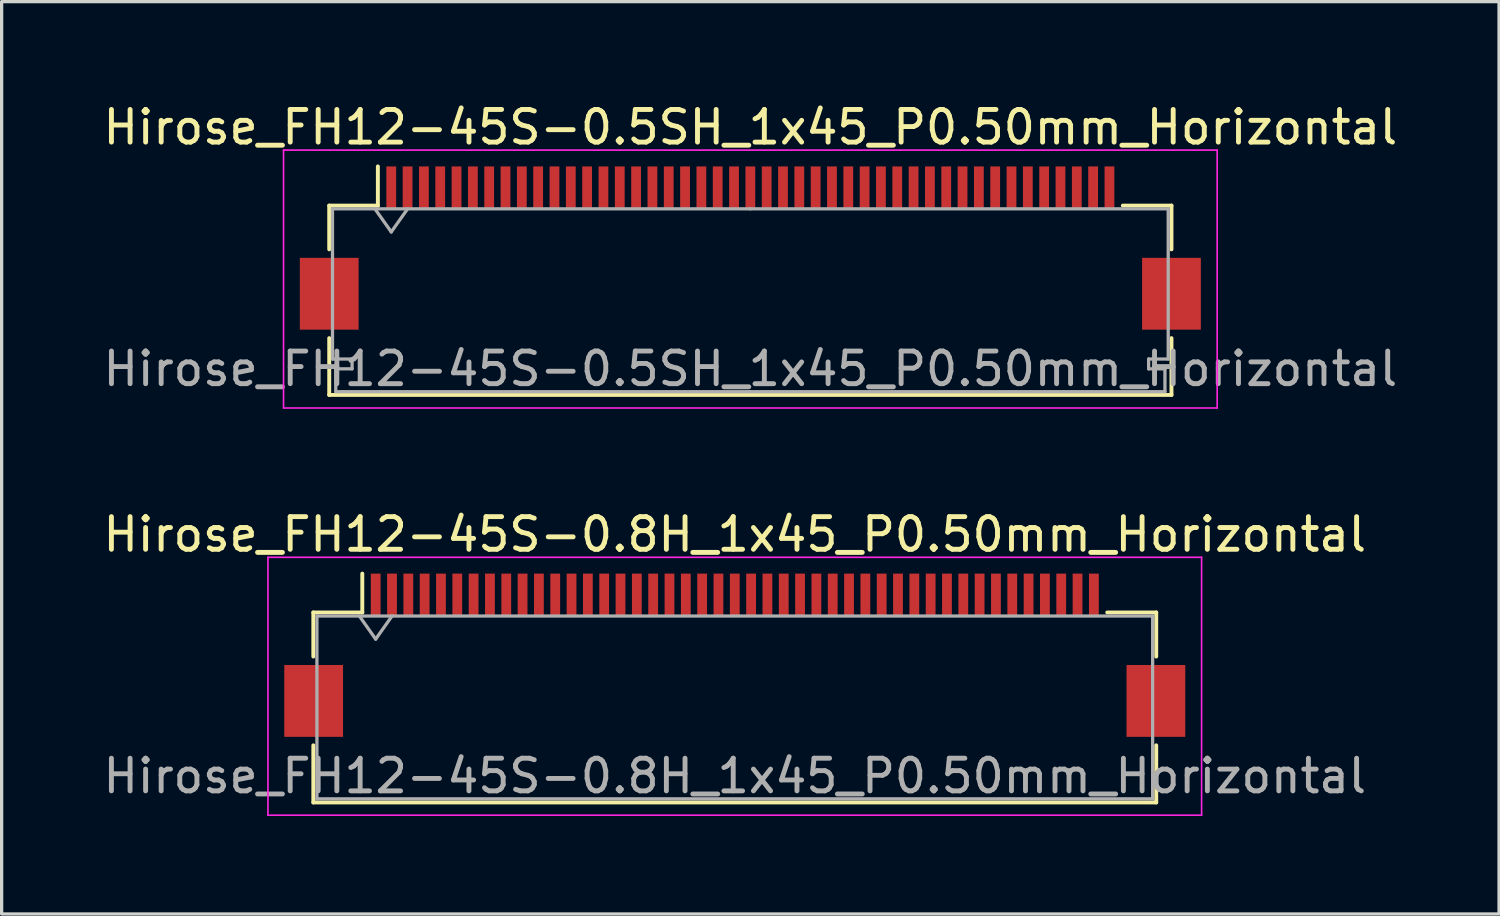
<source format=kicad_pcb>
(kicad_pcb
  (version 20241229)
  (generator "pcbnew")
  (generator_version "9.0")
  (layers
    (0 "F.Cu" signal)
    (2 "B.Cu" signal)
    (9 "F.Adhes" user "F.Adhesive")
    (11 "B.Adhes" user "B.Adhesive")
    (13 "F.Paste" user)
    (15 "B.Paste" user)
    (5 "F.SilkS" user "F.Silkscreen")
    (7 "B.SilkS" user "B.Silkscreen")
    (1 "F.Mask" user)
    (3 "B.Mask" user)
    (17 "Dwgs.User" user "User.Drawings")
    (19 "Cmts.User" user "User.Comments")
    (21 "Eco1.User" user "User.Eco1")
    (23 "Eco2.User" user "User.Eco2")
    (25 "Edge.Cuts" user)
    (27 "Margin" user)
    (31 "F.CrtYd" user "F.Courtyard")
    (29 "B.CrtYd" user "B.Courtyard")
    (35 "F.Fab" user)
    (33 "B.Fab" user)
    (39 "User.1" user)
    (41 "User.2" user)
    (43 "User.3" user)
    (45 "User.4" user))
  (footprint "Hirose_FH12-45S-0.8H_1x45_P0.50mm_Horizontal"
    (layer "F.Cu")
    (at 19.458 17.021)
    (property "Reference" "Hirose_FH12-45S-0.8H_1x45_P0.50mm_Horizontal" (at 0 -3.7 0) (layer "F.SilkS") (effects (font (size 1 1) (thickness 0.15))))
    (attr smd)
    (fp_line (start -12.91 -1.31) (end -11.41 -1.31) (stroke (width 0.12) (type solid)) (layer "F.SilkS"))
    (fp_line (start -12.91 0.04) (end -12.91 -1.31) (stroke (width 0.12) (type solid)) (layer "F.SilkS"))
    (fp_line (start -12.91 2.76) (end -12.91 4.51) (stroke (width 0.12) (type solid)) (layer "F.SilkS"))
    (fp_line (start -12.91 4.51) (end 12.91 4.51) (stroke (width 0.12) (type solid)) (layer "F.SilkS"))
    (fp_line (start -11.41 -1.31) (end -11.41 -2.5) (stroke (width 0.12) (type solid)) (layer "F.SilkS"))
    (fp_line (start 12.91 -1.31) (end 11.41 -1.31) (stroke (width 0.12) (type solid)) (layer "F.SilkS"))
    (fp_line (start 12.91 0.04) (end 12.91 -1.31) (stroke (width 0.12) (type solid)) (layer "F.SilkS"))
    (fp_line (start 12.91 4.51) (end 12.91 2.76) (stroke (width 0.12) (type solid)) (layer "F.SilkS"))
    (fp_line (start -14.3 -3) (end -14.3 4.9) (stroke (width 0.05) (type solid)) (layer "F.CrtYd"))
    (fp_line (start -14.3 4.9) (end 14.3 4.9) (stroke (width 0.05) (type solid)) (layer "F.CrtYd"))
    (fp_line (start 14.3 -3) (end -14.3 -3) (stroke (width 0.05) (type solid)) (layer "F.CrtYd"))
    (fp_line (start 14.3 4.9) (end 14.3 -3) (stroke (width 0.05) (type solid)) (layer "F.CrtYd"))
    (fp_line (start -12.8 -1.2) (end -12.8 4.4) (stroke (width 0.1) (type solid)) (layer "F.Fab"))
    (fp_line (start -12.8 -1.2) (end 12.8 -1.2) (stroke (width 0.1) (type solid)) (layer "F.Fab"))
    (fp_line (start -12.8 4.4) (end 12.8 4.4) (stroke (width 0.1) (type solid)) (layer "F.Fab"))
    (fp_line (start -11.5 -1.2) (end -11 -0.493) (stroke (width 0.1) (type solid)) (layer "F.Fab"))
    (fp_line (start -11 -0.493) (end -10.5 -1.2) (stroke (width 0.1) (type solid)) (layer "F.Fab"))
    (fp_line (start 12.8 -1.2) (end 12.8 4.4) (stroke (width 0.1) (type solid)) (layer "F.Fab"))
    (fp_text user "${REFERENCE}" (at 0 3.7 0) (layer "F.Fab") (effects (font (size 1 1) (thickness 0.15))))
    (pad "" smd rect (at -12.9 1.4) (size 1.8 2.2) (layers "F.Cu" "F.Mask" "F.Paste"))
    (pad "" smd rect (at 12.9 1.4) (size 1.8 2.2) (layers "F.Cu" "F.Mask" "F.Paste"))
    (pad "1" smd rect (at -11 -1.85) (size 0.3 1.3) (layers "F.Cu" "F.Mask" "F.Paste"))
    (pad "2" smd rect (at -10.5 -1.85) (size 0.3 1.3) (layers "F.Cu" "F.Mask" "F.Paste"))
    (pad "3" smd rect (at -10 -1.85) (size 0.3 1.3) (layers "F.Cu" "F.Mask" "F.Paste"))
    (pad "4" smd rect (at -9.5 -1.85) (size 0.3 1.3) (layers "F.Cu" "F.Mask" "F.Paste"))
    (pad "5" smd rect (at -9 -1.85) (size 0.3 1.3) (layers "F.Cu" "F.Mask" "F.Paste"))
    (pad "6" smd rect (at -8.5 -1.85) (size 0.3 1.3) (layers "F.Cu" "F.Mask" "F.Paste"))
    (pad "7" smd rect (at -8 -1.85) (size 0.3 1.3) (layers "F.Cu" "F.Mask" "F.Paste"))
    (pad "8" smd rect (at -7.5 -1.85) (size 0.3 1.3) (layers "F.Cu" "F.Mask" "F.Paste"))
    (pad "9" smd rect (at -7 -1.85) (size 0.3 1.3) (layers "F.Cu" "F.Mask" "F.Paste"))
    (pad "10" smd rect (at -6.5 -1.85) (size 0.3 1.3) (layers "F.Cu" "F.Mask" "F.Paste"))
    (pad "11" smd rect (at -6 -1.85) (size 0.3 1.3) (layers "F.Cu" "F.Mask" "F.Paste"))
    (pad "12" smd rect (at -5.5 -1.85) (size 0.3 1.3) (layers "F.Cu" "F.Mask" "F.Paste"))
    (pad "13" smd rect (at -5 -1.85) (size 0.3 1.3) (layers "F.Cu" "F.Mask" "F.Paste"))
    (pad "14" smd rect (at -4.5 -1.85) (size 0.3 1.3) (layers "F.Cu" "F.Mask" "F.Paste"))
    (pad "15" smd rect (at -4 -1.85) (size 0.3 1.3) (layers "F.Cu" "F.Mask" "F.Paste"))
    (pad "16" smd rect (at -3.5 -1.85) (size 0.3 1.3) (layers "F.Cu" "F.Mask" "F.Paste"))
    (pad "17" smd rect (at -3 -1.85) (size 0.3 1.3) (layers "F.Cu" "F.Mask" "F.Paste"))
    (pad "18" smd rect (at -2.5 -1.85) (size 0.3 1.3) (layers "F.Cu" "F.Mask" "F.Paste"))
    (pad "19" smd rect (at -2 -1.85) (size 0.3 1.3) (layers "F.Cu" "F.Mask" "F.Paste"))
    (pad "20" smd rect (at -1.5 -1.85) (size 0.3 1.3) (layers "F.Cu" "F.Mask" "F.Paste"))
    (pad "21" smd rect (at -1 -1.85) (size 0.3 1.3) (layers "F.Cu" "F.Mask" "F.Paste"))
    (pad "22" smd rect (at -0.5 -1.85) (size 0.3 1.3) (layers "F.Cu" "F.Mask" "F.Paste"))
    (pad "23" smd rect (at 0 -1.85) (size 0.3 1.3) (layers "F.Cu" "F.Mask" "F.Paste"))
    (pad "24" smd rect (at 0.5 -1.85) (size 0.3 1.3) (layers "F.Cu" "F.Mask" "F.Paste"))
    (pad "25" smd rect (at 1 -1.85) (size 0.3 1.3) (layers "F.Cu" "F.Mask" "F.Paste"))
    (pad "26" smd rect (at 1.5 -1.85) (size 0.3 1.3) (layers "F.Cu" "F.Mask" "F.Paste"))
    (pad "27" smd rect (at 2 -1.85) (size 0.3 1.3) (layers "F.Cu" "F.Mask" "F.Paste"))
    (pad "28" smd rect (at 2.5 -1.85) (size 0.3 1.3) (layers "F.Cu" "F.Mask" "F.Paste"))
    (pad "29" smd rect (at 3 -1.85) (size 0.3 1.3) (layers "F.Cu" "F.Mask" "F.Paste"))
    (pad "30" smd rect (at 3.5 -1.85) (size 0.3 1.3) (layers "F.Cu" "F.Mask" "F.Paste"))
    (pad "31" smd rect (at 4 -1.85) (size 0.3 1.3) (layers "F.Cu" "F.Mask" "F.Paste"))
    (pad "32" smd rect (at 4.5 -1.85) (size 0.3 1.3) (layers "F.Cu" "F.Mask" "F.Paste"))
    (pad "33" smd rect (at 5 -1.85) (size 0.3 1.3) (layers "F.Cu" "F.Mask" "F.Paste"))
    (pad "34" smd rect (at 5.5 -1.85) (size 0.3 1.3) (layers "F.Cu" "F.Mask" "F.Paste"))
    (pad "35" smd rect (at 6 -1.85) (size 0.3 1.3) (layers "F.Cu" "F.Mask" "F.Paste"))
    (pad "36" smd rect (at 6.5 -1.85) (size 0.3 1.3) (layers "F.Cu" "F.Mask" "F.Paste"))
    (pad "37" smd rect (at 7 -1.85) (size 0.3 1.3) (layers "F.Cu" "F.Mask" "F.Paste"))
    (pad "38" smd rect (at 7.5 -1.85) (size 0.3 1.3) (layers "F.Cu" "F.Mask" "F.Paste"))
    (pad "39" smd rect (at 8 -1.85) (size 0.3 1.3) (layers "F.Cu" "F.Mask" "F.Paste"))
    (pad "40" smd rect (at 8.5 -1.85) (size 0.3 1.3) (layers "F.Cu" "F.Mask" "F.Paste"))
    (pad "41" smd rect (at 9 -1.85) (size 0.3 1.3) (layers "F.Cu" "F.Mask" "F.Paste"))
    (pad "42" smd rect (at 9.5 -1.85) (size 0.3 1.3) (layers "F.Cu" "F.Mask" "F.Paste"))
    (pad "43" smd rect (at 10 -1.85) (size 0.3 1.3) (layers "F.Cu" "F.Mask" "F.Paste"))
    (pad "44" smd rect (at 10.5 -1.85) (size 0.3 1.3) (layers "F.Cu" "F.Mask" "F.Paste"))
    (pad "45" smd rect (at 11 -1.85) (size 0.3 1.3) (layers "F.Cu" "F.Mask" "F.Paste")))
  (footprint "Hirose_FH12-45S-0.5SH_1x45_P0.50mm_Horizontal"
    (layer "F.Cu")
    (at 19.935 4.548)
    (property "Reference" "Hirose_FH12-45S-0.5SH_1x45_P0.50mm_Horizontal" (at 0 -3.7 0) (layer "F.SilkS") (effects (font (size 1 1) (thickness 0.15))))
    (attr smd)
    (fp_line (start -12.9 -1.3) (end -12.9 0.04) (stroke (width 0.12) (type solid)) (layer "F.SilkS"))
    (fp_line (start -12.9 2.76) (end -12.9 4.5) (stroke (width 0.12) (type solid)) (layer "F.SilkS"))
    (fp_line (start -12.9 4.5) (end 12.9 4.5) (stroke (width 0.12) (type solid)) (layer "F.SilkS"))
    (fp_line (start -11.41 -1.3) (end -12.9 -1.3) (stroke (width 0.12) (type solid)) (layer "F.SilkS"))
    (fp_line (start -11.41 -1.3) (end -11.41 -2.5) (stroke (width 0.12) (type solid)) (layer "F.SilkS"))
    (fp_line (start 11.41 -1.3) (end 12.9 -1.3) (stroke (width 0.12) (type solid)) (layer "F.SilkS"))
    (fp_line (start 12.9 -1.3) (end 12.9 0.04) (stroke (width 0.12) (type solid)) (layer "F.SilkS"))
    (fp_line (start 12.9 4.5) (end 12.9 2.76) (stroke (width 0.12) (type solid)) (layer "F.SilkS"))
    (fp_line (start -14.3 -3) (end -14.3 4.9) (stroke (width 0.05) (type solid)) (layer "F.CrtYd"))
    (fp_line (start -14.3 4.9) (end 14.3 4.9) (stroke (width 0.05) (type solid)) (layer "F.CrtYd"))
    (fp_line (start 14.3 -3) (end -14.3 -3) (stroke (width 0.05) (type solid)) (layer "F.CrtYd"))
    (fp_line (start 14.3 4.9) (end 14.3 -3) (stroke (width 0.05) (type solid)) (layer "F.CrtYd"))
    (fp_line (start -12.8 -1.2) (end -12.8 3.4) (stroke (width 0.1) (type solid)) (layer "F.Fab"))
    (fp_line (start -12.8 3.4) (end -12.2 3.4) (stroke (width 0.1) (type solid)) (layer "F.Fab"))
    (fp_line (start -12.7 3.7) (end -12.7 4.4) (stroke (width 0.1) (type solid)) (layer "F.Fab"))
    (fp_line (start -12.7 4.4) (end 0 4.4) (stroke (width 0.1) (type solid)) (layer "F.Fab"))
    (fp_line (start -12.2 3.4) (end -12.2 3.7) (stroke (width 0.1) (type solid)) (layer "F.Fab"))
    (fp_line (start -12.2 3.7) (end -12.7 3.7) (stroke (width 0.1) (type solid)) (layer "F.Fab"))
    (fp_line (start -11.5 -1.2) (end -11 -0.493) (stroke (width 0.1) (type solid)) (layer "F.Fab"))
    (fp_line (start -11 -0.493) (end -10.5 -1.2) (stroke (width 0.1) (type solid)) (layer "F.Fab"))
    (fp_line (start 0 -1.2) (end -12.8 -1.2) (stroke (width 0.1) (type solid)) (layer "F.Fab"))
    (fp_line (start 0 -1.2) (end 12.8 -1.2) (stroke (width 0.1) (type solid)) (layer "F.Fab"))
    (fp_line (start 12.2 3.4) (end 12.2 3.7) (stroke (width 0.1) (type solid)) (layer "F.Fab"))
    (fp_line (start 12.2 3.7) (end 12.7 3.7) (stroke (width 0.1) (type solid)) (layer "F.Fab"))
    (fp_line (start 12.7 3.7) (end 12.7 4.4) (stroke (width 0.1) (type solid)) (layer "F.Fab"))
    (fp_line (start 12.7 4.4) (end 0 4.4) (stroke (width 0.1) (type solid)) (layer "F.Fab"))
    (fp_line (start 12.8 -1.2) (end 12.8 3.4) (stroke (width 0.1) (type solid)) (layer "F.Fab"))
    (fp_line (start 12.8 3.4) (end 12.2 3.4) (stroke (width 0.1) (type solid)) (layer "F.Fab"))
    (fp_text user "${REFERENCE}" (at 0 3.7 0) (layer "F.Fab") (effects (font (size 1 1) (thickness 0.15))))
    (pad "" smd rect (at -12.9 1.4) (size 1.8 2.2) (layers "F.Cu" "F.Mask" "F.Paste"))
    (pad "" smd rect (at 12.9 1.4) (size 1.8 2.2) (layers "F.Cu" "F.Mask" "F.Paste"))
    (pad "1" smd rect (at -11 -1.85) (size 0.3 1.3) (layers "F.Cu" "F.Mask" "F.Paste"))
    (pad "2" smd rect (at -10.5 -1.85) (size 0.3 1.3) (layers "F.Cu" "F.Mask" "F.Paste"))
    (pad "3" smd rect (at -10 -1.85) (size 0.3 1.3) (layers "F.Cu" "F.Mask" "F.Paste"))
    (pad "4" smd rect (at -9.5 -1.85) (size 0.3 1.3) (layers "F.Cu" "F.Mask" "F.Paste"))
    (pad "5" smd rect (at -9 -1.85) (size 0.3 1.3) (layers "F.Cu" "F.Mask" "F.Paste"))
    (pad "6" smd rect (at -8.5 -1.85) (size 0.3 1.3) (layers "F.Cu" "F.Mask" "F.Paste"))
    (pad "7" smd rect (at -8 -1.85) (size 0.3 1.3) (layers "F.Cu" "F.Mask" "F.Paste"))
    (pad "8" smd rect (at -7.5 -1.85) (size 0.3 1.3) (layers "F.Cu" "F.Mask" "F.Paste"))
    (pad "9" smd rect (at -7 -1.85) (size 0.3 1.3) (layers "F.Cu" "F.Mask" "F.Paste"))
    (pad "10" smd rect (at -6.5 -1.85) (size 0.3 1.3) (layers "F.Cu" "F.Mask" "F.Paste"))
    (pad "11" smd rect (at -6 -1.85) (size 0.3 1.3) (layers "F.Cu" "F.Mask" "F.Paste"))
    (pad "12" smd rect (at -5.5 -1.85) (size 0.3 1.3) (layers "F.Cu" "F.Mask" "F.Paste"))
    (pad "13" smd rect (at -5 -1.85) (size 0.3 1.3) (layers "F.Cu" "F.Mask" "F.Paste"))
    (pad "14" smd rect (at -4.5 -1.85) (size 0.3 1.3) (layers "F.Cu" "F.Mask" "F.Paste"))
    (pad "15" smd rect (at -4 -1.85) (size 0.3 1.3) (layers "F.Cu" "F.Mask" "F.Paste"))
    (pad "16" smd rect (at -3.5 -1.85) (size 0.3 1.3) (layers "F.Cu" "F.Mask" "F.Paste"))
    (pad "17" smd rect (at -3 -1.85) (size 0.3 1.3) (layers "F.Cu" "F.Mask" "F.Paste"))
    (pad "18" smd rect (at -2.5 -1.85) (size 0.3 1.3) (layers "F.Cu" "F.Mask" "F.Paste"))
    (pad "19" smd rect (at -2 -1.85) (size 0.3 1.3) (layers "F.Cu" "F.Mask" "F.Paste"))
    (pad "20" smd rect (at -1.5 -1.85) (size 0.3 1.3) (layers "F.Cu" "F.Mask" "F.Paste"))
    (pad "21" smd rect (at -1 -1.85) (size 0.3 1.3) (layers "F.Cu" "F.Mask" "F.Paste"))
    (pad "22" smd rect (at -0.5 -1.85) (size 0.3 1.3) (layers "F.Cu" "F.Mask" "F.Paste"))
    (pad "23" smd rect (at 0 -1.85) (size 0.3 1.3) (layers "F.Cu" "F.Mask" "F.Paste"))
    (pad "24" smd rect (at 0.5 -1.85) (size 0.3 1.3) (layers "F.Cu" "F.Mask" "F.Paste"))
    (pad "25" smd rect (at 1 -1.85) (size 0.3 1.3) (layers "F.Cu" "F.Mask" "F.Paste"))
    (pad "26" smd rect (at 1.5 -1.85) (size 0.3 1.3) (layers "F.Cu" "F.Mask" "F.Paste"))
    (pad "27" smd rect (at 2 -1.85) (size 0.3 1.3) (layers "F.Cu" "F.Mask" "F.Paste"))
    (pad "28" smd rect (at 2.5 -1.85) (size 0.3 1.3) (layers "F.Cu" "F.Mask" "F.Paste"))
    (pad "29" smd rect (at 3 -1.85) (size 0.3 1.3) (layers "F.Cu" "F.Mask" "F.Paste"))
    (pad "30" smd rect (at 3.5 -1.85) (size 0.3 1.3) (layers "F.Cu" "F.Mask" "F.Paste"))
    (pad "31" smd rect (at 4 -1.85) (size 0.3 1.3) (layers "F.Cu" "F.Mask" "F.Paste"))
    (pad "32" smd rect (at 4.5 -1.85) (size 0.3 1.3) (layers "F.Cu" "F.Mask" "F.Paste"))
    (pad "33" smd rect (at 5 -1.85) (size 0.3 1.3) (layers "F.Cu" "F.Mask" "F.Paste"))
    (pad "34" smd rect (at 5.5 -1.85) (size 0.3 1.3) (layers "F.Cu" "F.Mask" "F.Paste"))
    (pad "35" smd rect (at 6 -1.85) (size 0.3 1.3) (layers "F.Cu" "F.Mask" "F.Paste"))
    (pad "36" smd rect (at 6.5 -1.85) (size 0.3 1.3) (layers "F.Cu" "F.Mask" "F.Paste"))
    (pad "37" smd rect (at 7 -1.85) (size 0.3 1.3) (layers "F.Cu" "F.Mask" "F.Paste"))
    (pad "38" smd rect (at 7.5 -1.85) (size 0.3 1.3) (layers "F.Cu" "F.Mask" "F.Paste"))
    (pad "39" smd rect (at 8 -1.85) (size 0.3 1.3) (layers "F.Cu" "F.Mask" "F.Paste"))
    (pad "40" smd rect (at 8.5 -1.85) (size 0.3 1.3) (layers "F.Cu" "F.Mask" "F.Paste"))
    (pad "41" smd rect (at 9 -1.85) (size 0.3 1.3) (layers "F.Cu" "F.Mask" "F.Paste"))
    (pad "42" smd rect (at 9.5 -1.85) (size 0.3 1.3) (layers "F.Cu" "F.Mask" "F.Paste"))
    (pad "43" smd rect (at 10 -1.85) (size 0.3 1.3) (layers "F.Cu" "F.Mask" "F.Paste"))
    (pad "44" smd rect (at 10.5 -1.85) (size 0.3 1.3) (layers "F.Cu" "F.Mask" "F.Paste"))
    (pad "45" smd rect (at 11 -1.85) (size 0.3 1.3) (layers "F.Cu" "F.Mask" "F.Paste")))
  (gr_rect
    (start -3 -3)
    (end 42.869 24.947)
    (stroke (width 0.1) (type default))
    (fill no)
    (layer "Edge.Cuts")))
</source>
